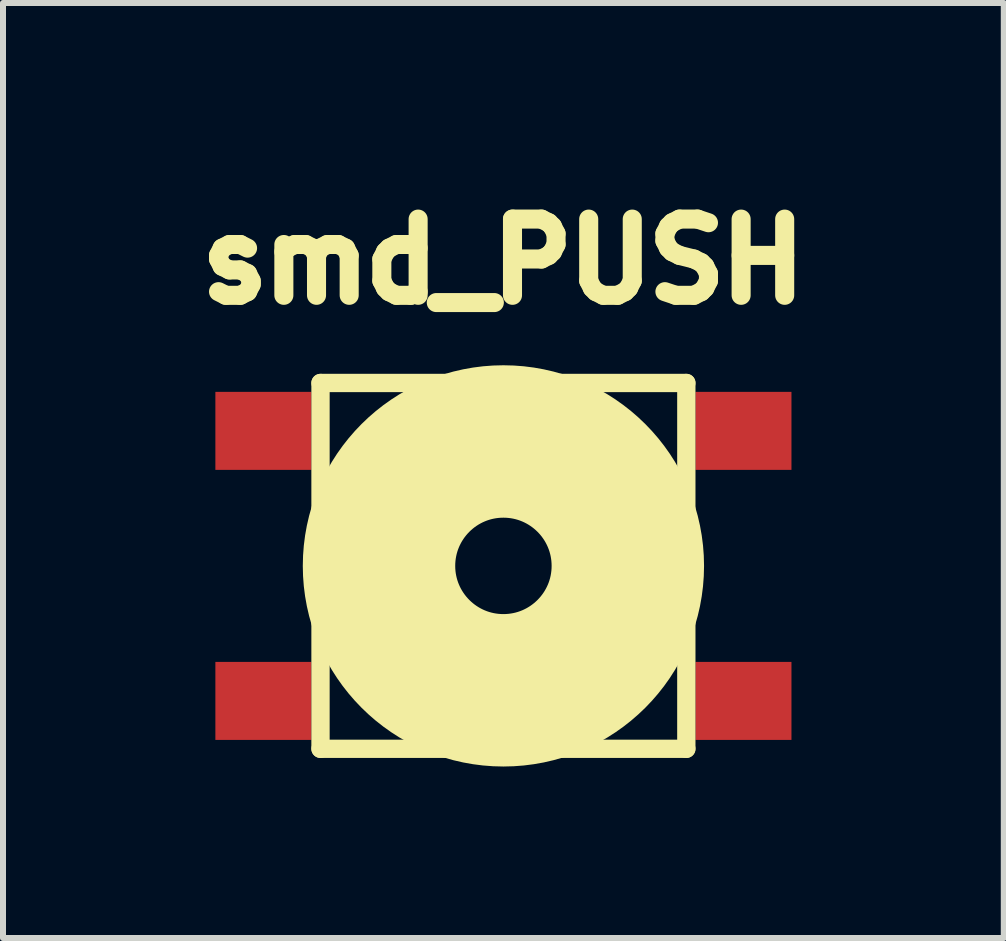
<source format=kicad_pcb>
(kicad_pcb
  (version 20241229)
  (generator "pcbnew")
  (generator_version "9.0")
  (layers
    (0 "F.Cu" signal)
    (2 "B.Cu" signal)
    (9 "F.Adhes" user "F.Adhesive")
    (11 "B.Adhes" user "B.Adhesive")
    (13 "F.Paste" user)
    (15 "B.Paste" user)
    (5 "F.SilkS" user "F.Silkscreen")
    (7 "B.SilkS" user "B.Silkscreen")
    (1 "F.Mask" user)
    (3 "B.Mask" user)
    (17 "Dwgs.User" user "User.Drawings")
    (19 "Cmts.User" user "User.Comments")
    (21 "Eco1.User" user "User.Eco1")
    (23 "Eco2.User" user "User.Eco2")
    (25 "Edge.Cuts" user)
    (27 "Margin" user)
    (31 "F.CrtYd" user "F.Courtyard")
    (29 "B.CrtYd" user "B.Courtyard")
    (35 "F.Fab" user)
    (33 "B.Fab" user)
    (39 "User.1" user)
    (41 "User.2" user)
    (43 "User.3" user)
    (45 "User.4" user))
  (footprint "smd_PUSH"
    (layer "F.Cu")
    (at 5.339 6.38)
    (property "Reference" "smd_PUSH" (at 0 -5.08 0) (layer "F.SilkS") (effects (font (size 1.27 1.27) (thickness 0.318))))
    (attr through_hole)
    (fp_line (start -3.048 -3.048) (end 3.048 -3.048) (stroke (width 0.305) (type solid)) (layer "F.SilkS"))
    (fp_line (start -3.048 3.048) (end -3.048 -3.048) (stroke (width 0.305) (type solid)) (layer "F.SilkS"))
    (fp_line (start 3.048 -3.048) (end 3.048 3.048) (stroke (width 0.305) (type solid)) (layer "F.SilkS"))
    (fp_line (start 3.048 3.048) (end -3.048 3.048) (stroke (width 0.305) (type solid)) (layer "F.SilkS"))
    (fp_circle (center 0 0) (end -0.762 0.254) (stroke (width 2.54) (type solid)) (fill no) (layer "F.SilkS"))
    (pad "1" smd rect (at -4 -2.25) (size 1.6 1.3) (layers "F.Cu" "F.Mask" "F.Paste"))
    (pad "1" smd rect (at -4 2.25) (size 1.6 1.3) (layers "F.Cu" "F.Mask" "F.Paste"))
    (pad "2" smd rect (at 4 -2.25) (size 1.6 1.3) (layers "F.Cu" "F.Mask" "F.Paste"))
    (pad "2" smd rect (at 4 2.25) (size 1.6 1.3) (layers "F.Cu" "F.Mask" "F.Paste")))
  (gr_rect
    (start -3 -3)
    (end 13.677 12.581)
    (stroke (width 0.1) (type default))
    (fill no)
    (layer "Edge.Cuts")))
</source>
